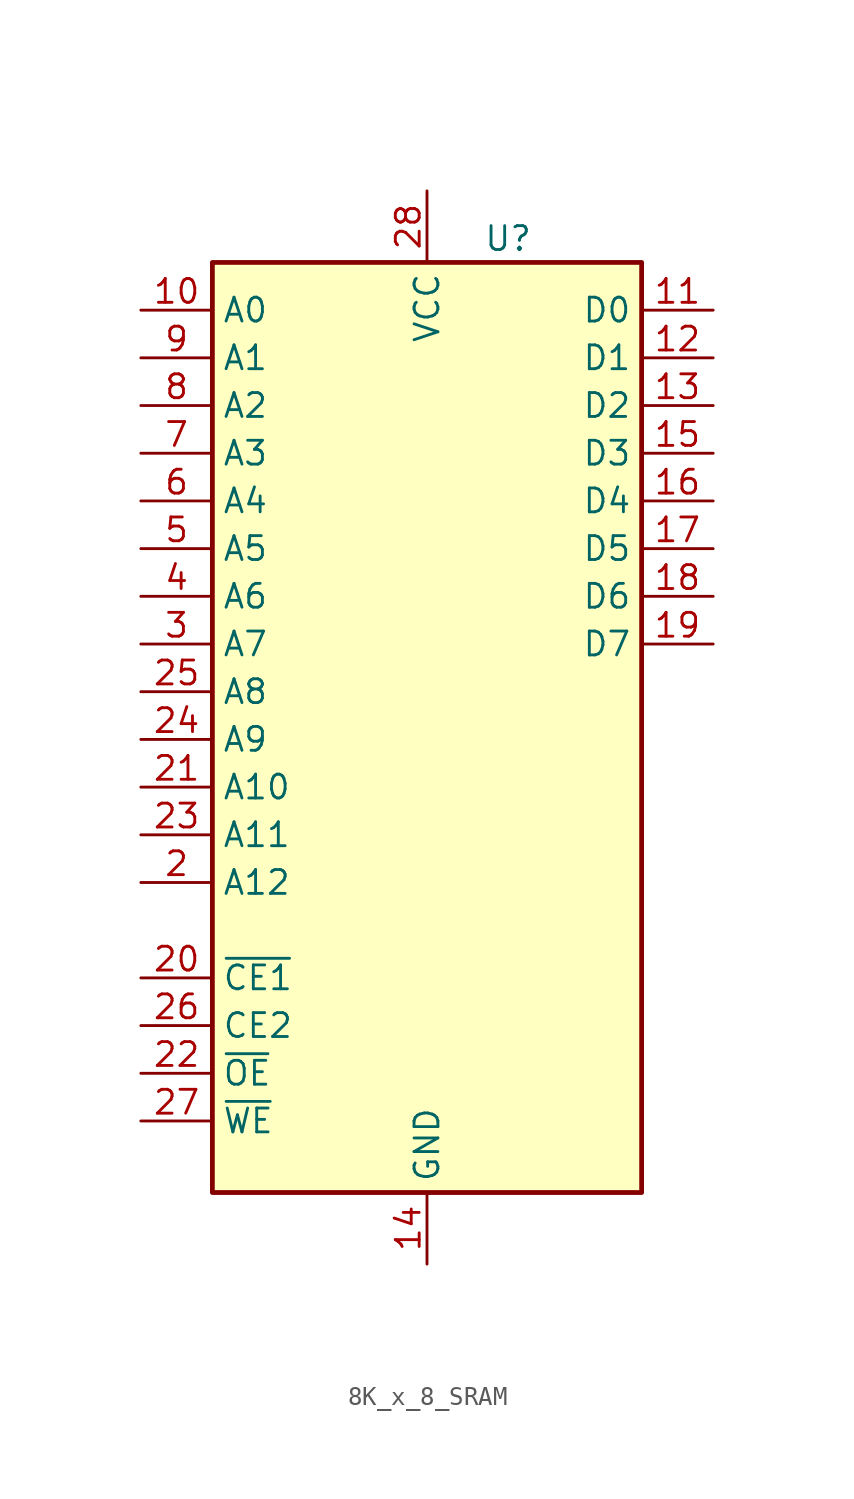
<source format=kicad_sym>
(kicad_symbol_lib
  (version 20231120)
  (generator "kicad_symbol_editor")
  (generator_version "8.0")
  (symbol "8K_x_8_SRAM"
    (property "Reference" "U"
      (at 4.318 26.67 0)
      (effects (font (size 1.27 1.27))))
    (property "Value" ""
      (at 6.35 27.94 0)
      (effects (font (size 1.27 1.27))))
    (symbol "8K_x_8_SRAM_0_0"
      (pin power_in line (at 0 -27.94 90) (length 3.81) (name "GND" (effects (font (size 1.27 1.27)))) (number "14" (effects (font (size 1.27 1.27)))))
      (pin power_in line (at 0 29.21 270) (length 3.81) (name "VCC" (effects (font (size 1.27 1.27)))) (number "28" (effects (font (size 1.27 1.27))))))
    (symbol "8K_x_8_SRAM_0_1"
      (rectangle (start -11.43 25.4) (end 11.43 -24.13) (stroke (width 0.254) (type default)) (fill (type background))))
    (symbol "8K_x_8_SRAM_1_1"
      (pin no_connect line (at -15.24 -10.16 0) (length 3.81) hide (name "NC" (effects (font (size 1.27 1.27)))) (number "1" (effects (font (size 1.27 1.27)))))
      (pin input line (at -15.24 22.86 0) (length 3.81) (name "A0" (effects (font (size 1.27 1.27)))) (number "10" (effects (font (size 1.27 1.27)))))
      (pin tri_state line (at 15.24 22.86 180) (length 3.81) (name "D0" (effects (font (size 1.27 1.27)))) (number "11" (effects (font (size 1.27 1.27)))))
      (pin tri_state line (at 15.24 20.32 180) (length 3.81) (name "D1" (effects (font (size 1.27 1.27)))) (number "12" (effects (font (size 1.27 1.27)))))
      (pin tri_state line (at 15.24 17.78 180) (length 3.81) (name "D2" (effects (font (size 1.27 1.27)))) (number "13" (effects (font (size 1.27 1.27)))))
      (pin tri_state line (at 15.24 15.24 180) (length 3.81) (name "D3" (effects (font (size 1.27 1.27)))) (number "15" (effects (font (size 1.27 1.27)))))
      (pin tri_state line (at 15.24 12.7 180) (length 3.81) (name "D4" (effects (font (size 1.27 1.27)))) (number "16" (effects (font (size 1.27 1.27)))))
      (pin tri_state line (at 15.24 10.16 180) (length 3.81) (name "D5" (effects (font (size 1.27 1.27)))) (number "17" (effects (font (size 1.27 1.27)))))
      (pin tri_state line (at 15.24 7.62 180) (length 3.81) (name "D6" (effects (font (size 1.27 1.27)))) (number "18" (effects (font (size 1.27 1.27)))))
      (pin tri_state line (at 15.24 5.08 180) (length 3.81) (name "D7" (effects (font (size 1.27 1.27)))) (number "19" (effects (font (size 1.27 1.27)))))
      (pin input line (at -15.24 -7.62 0) (length 3.81) (name "A12" (effects (font (size 1.27 1.27)))) (number "2" (effects (font (size 1.27 1.27)))))
      (pin input line (at -15.24 -12.7 0) (length 3.81) (name "~{CE1}" (effects (font (size 1.27 1.27)))) (number "20" (effects (font (size 1.27 1.27)))))
      (pin input line (at -15.24 -2.54 0) (length 3.81) (name "A10" (effects (font (size 1.27 1.27)))) (number "21" (effects (font (size 1.27 1.27)))))
      (pin input line (at -15.24 -17.78 0) (length 3.81) (name "~{OE}" (effects (font (size 1.27 1.27)))) (number "22" (effects (font (size 1.27 1.27)))))
      (pin input line (at -15.24 -5.08 0) (length 3.81) (name "A11" (effects (font (size 1.27 1.27)))) (number "23" (effects (font (size 1.27 1.27)))))
      (pin input line (at -15.24 0 0) (length 3.81) (name "A9" (effects (font (size 1.27 1.27)))) (number "24" (effects (font (size 1.27 1.27)))))
      (pin input line (at -15.24 2.54 0) (length 3.81) (name "A8" (effects (font (size 1.27 1.27)))) (number "25" (effects (font (size 1.27 1.27)))))
      (pin input line (at -15.24 -15.24 0) (length 3.81) (name "CE2" (effects (font (size 1.27 1.27)))) (number "26" (effects (font (size 1.27 1.27)))))
      (pin input line (at -15.24 -20.32 0) (length 3.81) (name "~{WE}" (effects (font (size 1.27 1.27)))) (number "27" (effects (font (size 1.27 1.27)))))
      (pin input line (at -15.24 5.08 0) (length 3.81) (name "A7" (effects (font (size 1.27 1.27)))) (number "3" (effects (font (size 1.27 1.27)))))
      (pin input line (at -15.24 7.62 0) (length 3.81) (name "A6" (effects (font (size 1.27 1.27)))) (number "4" (effects (font (size 1.27 1.27)))))
      (pin input line (at -15.24 10.16 0) (length 3.81) (name "A5" (effects (font (size 1.27 1.27)))) (number "5" (effects (font (size 1.27 1.27)))))
      (pin input line (at -15.24 12.7 0) (length 3.81) (name "A4" (effects (font (size 1.27 1.27)))) (number "6" (effects (font (size 1.27 1.27)))))
      (pin input line (at -15.24 15.24 0) (length 3.81) (name "A3" (effects (font (size 1.27 1.27)))) (number "7" (effects (font (size 1.27 1.27)))))
      (pin input line (at -15.24 17.78 0) (length 3.81) (name "A2" (effects (font (size 1.27 1.27)))) (number "8" (effects (font (size 1.27 1.27)))))
      (pin input line (at -15.24 20.32 0) (length 3.81) (name "A1" (effects (font (size 1.27 1.27)))) (number "9" (effects (font (size 1.27 1.27))))))))
</source>
